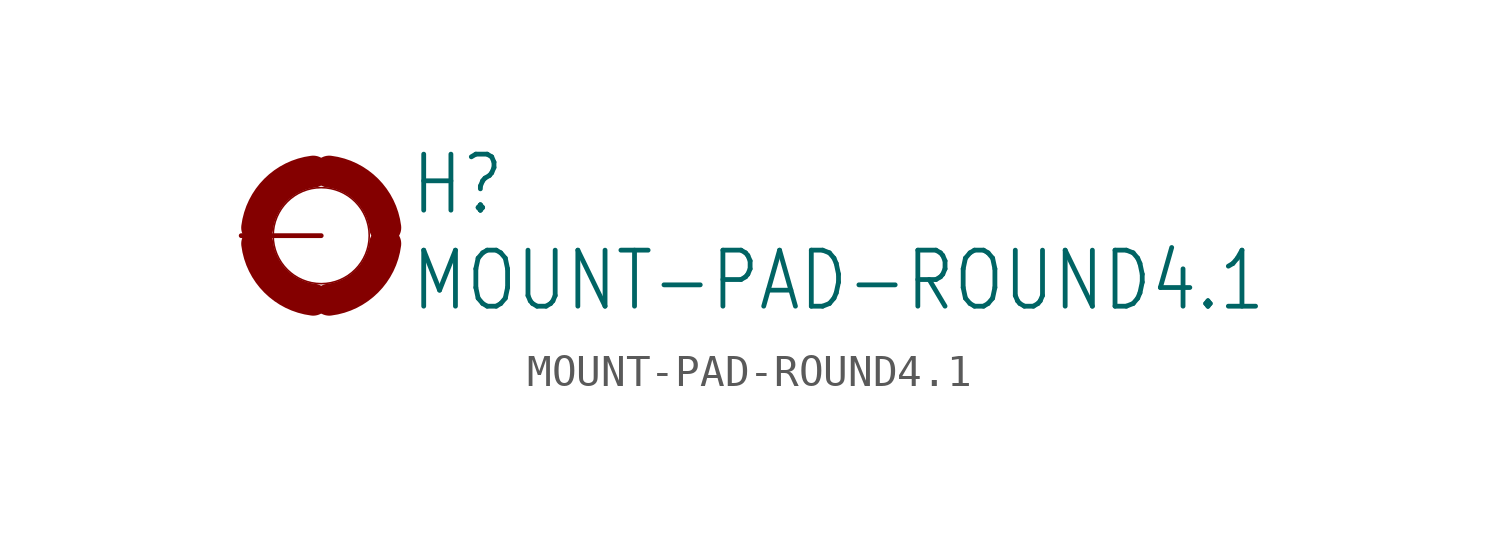
<source format=kicad_sym>
(kicad_symbol_lib
  (version 20211014)
  (generator kicad_symbol_editor)
  (symbol "MOUNT-PAD-ROUND4.1"
    (property "Reference" "H"
      (at 2.794 0.584 0)
      (effects (font (size 1.778 1.511)) (justify left bottom)))
    (property "Value" "MOUNT-PAD-ROUND4.1"
      (at 2.794 -2.464 0)
      (effects (font (size 1.778 1.511)) (justify left bottom)))
    (property "ki_locked" ""
      (at 0 0 0)
      (effects (font (size 1.27 1.27))))
    (symbol "MOUNT-PAD-ROUND4.1_1_0"
      (arc (start -2.032 -0.254) (mid -1.448 -1.448) (end -0.254 -2.032) (stroke (width 1.016) (type default) (color 0 0 0 0)) (fill (type none)))
      (arc (start -0.254 2.032) (mid -1.448 1.448) (end -2.032 0.254) (stroke (width 1.016) (type default) (color 0 0 0 0)) (fill (type none)))
      (circle (center 0 0) (radius 1.524) (stroke (width 0.051) (type default) (color 0 0 0 0)) (fill (type none)))
      (arc (start 0.254 -2.032) (mid 1.448 -1.448) (end 2.032 -0.254) (stroke (width 1.016) (type default) (color 0 0 0 0)) (fill (type none)))
      (arc (start 2.032 0.254) (mid 1.448 1.448) (end 0.254 2.032) (stroke (width 1.016) (type default) (color 0 0 0 0)) (fill (type none)))
      (pin passive line (at -2.54 0 0) (length 2.54) (name "MOUNT" (effects (font (size 0 0)))) (number "B4,1" (effects (font (size 0 0))))))))
</source>
